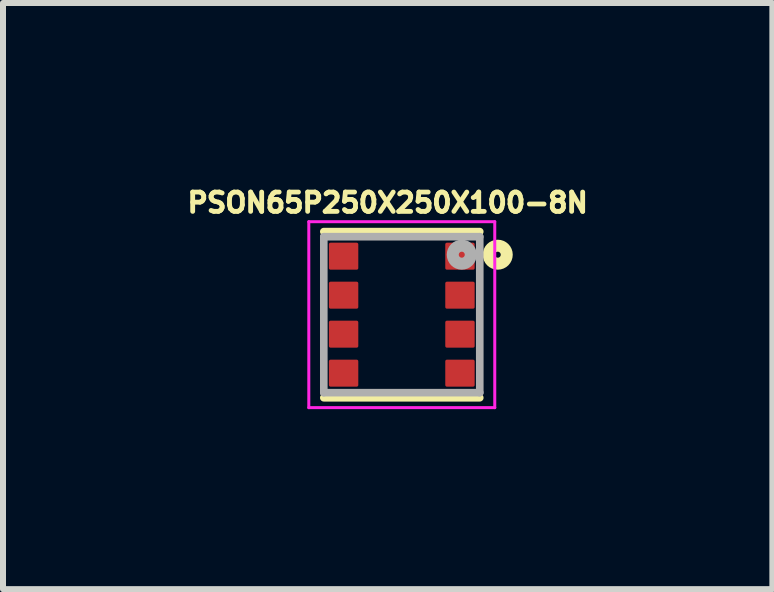
<source format=kicad_pcb>
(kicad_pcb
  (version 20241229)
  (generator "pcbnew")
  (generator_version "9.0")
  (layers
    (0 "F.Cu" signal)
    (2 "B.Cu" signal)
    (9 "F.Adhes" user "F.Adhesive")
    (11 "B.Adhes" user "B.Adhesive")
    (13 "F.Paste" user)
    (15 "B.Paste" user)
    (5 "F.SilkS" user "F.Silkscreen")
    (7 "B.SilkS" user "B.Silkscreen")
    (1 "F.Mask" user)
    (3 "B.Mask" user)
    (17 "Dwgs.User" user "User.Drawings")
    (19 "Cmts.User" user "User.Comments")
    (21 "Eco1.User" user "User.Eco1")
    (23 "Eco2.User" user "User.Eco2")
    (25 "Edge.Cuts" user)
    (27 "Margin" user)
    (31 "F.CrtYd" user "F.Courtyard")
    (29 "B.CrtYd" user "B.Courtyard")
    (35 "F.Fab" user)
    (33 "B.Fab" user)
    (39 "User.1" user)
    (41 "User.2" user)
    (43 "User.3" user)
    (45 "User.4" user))
  (footprint "PSON65P250X250X100-8N"
    (layer "F.Cu")
    (at 3.648 2.196)
    (property "Reference" "PSON65P250X250X100-8N" (at -0.235 -1.867 0) (layer "F.SilkS") (effects (font (size 0.322 0.322) (thickness 0.15))))
    (attr through_hole)
    (fp_line (start -1.3 -1.385) (end 1.3 -1.385) (stroke (width 0.127) (type solid)) (layer "F.SilkS"))
    (fp_line (start -1.3 1.385) (end 1.3 1.385) (stroke (width 0.127) (type solid)) (layer "F.SilkS"))
    (fp_circle (center 1.6 -1) (end 1.65 -1) (stroke (width 0.2) (type solid)) (fill no) (layer "F.SilkS"))
    (fp_line (start -1.55 -1.55) (end 1.55 -1.55) (stroke (width 0.05) (type solid)) (layer "F.CrtYd"))
    (fp_line (start -1.55 1.55) (end -1.55 -1.55) (stroke (width 0.05) (type solid)) (layer "F.CrtYd"))
    (fp_line (start 1.55 -1.55) (end 1.55 1.55) (stroke (width 0.05) (type solid)) (layer "F.CrtYd"))
    (fp_line (start 1.55 1.55) (end -1.55 1.55) (stroke (width 0.05) (type solid)) (layer "F.CrtYd"))
    (fp_line (start -1.3 -1.3) (end -1.3 1.3) (stroke (width 0.127) (type solid)) (layer "F.Fab"))
    (fp_line (start -1.3 1.3) (end 1.3 1.3) (stroke (width 0.127) (type solid)) (layer "F.Fab"))
    (fp_line (start 1.3 -1.3) (end -1.3 -1.3) (stroke (width 0.127) (type solid)) (layer "F.Fab"))
    (fp_line (start 1.3 1.3) (end 1.3 -1.3) (stroke (width 0.127) (type solid)) (layer "F.Fab"))
    (fp_circle (center 1 -1) (end 1.05 -1) (stroke (width 0.2) (type solid)) (fill no) (layer "F.Fab"))
    (pad "1" smd roundrect (at 0.97 -0.975) (size 0.49 0.45) (layers "F.Cu" "F.Mask" "F.Paste") (roundrect_rratio 0.06))
    (pad "2" smd roundrect (at 0.97 -0.325) (size 0.49 0.45) (layers "F.Cu" "F.Mask" "F.Paste") (roundrect_rratio 0.06))
    (pad "3" smd roundrect (at 0.97 0.325) (size 0.49 0.45) (layers "F.Cu" "F.Mask" "F.Paste") (roundrect_rratio 0.06))
    (pad "4" smd roundrect (at 0.97 0.975) (size 0.49 0.45) (layers "F.Cu" "F.Mask" "F.Paste") (roundrect_rratio 0.06))
    (pad "5" smd roundrect (at -0.97 0.975) (size 0.49 0.45) (layers "F.Cu" "F.Mask" "F.Paste") (roundrect_rratio 0.06))
    (pad "6" smd roundrect (at -0.97 0.325) (size 0.49 0.45) (layers "F.Cu" "F.Mask" "F.Paste") (roundrect_rratio 0.06))
    (pad "7" smd roundrect (at -0.97 -0.325) (size 0.49 0.45) (layers "F.Cu" "F.Mask" "F.Paste") (roundrect_rratio 0.06))
    (pad "8" smd roundrect (at -0.97 -0.975) (size 0.49 0.45) (layers "F.Cu" "F.Mask" "F.Paste") (roundrect_rratio 0.06)))
  (gr_rect
    (start -3 -3)
    (end 9.826 6.771)
    (stroke (width 0.1) (type default))
    (fill no)
    (layer "Edge.Cuts")))
</source>
